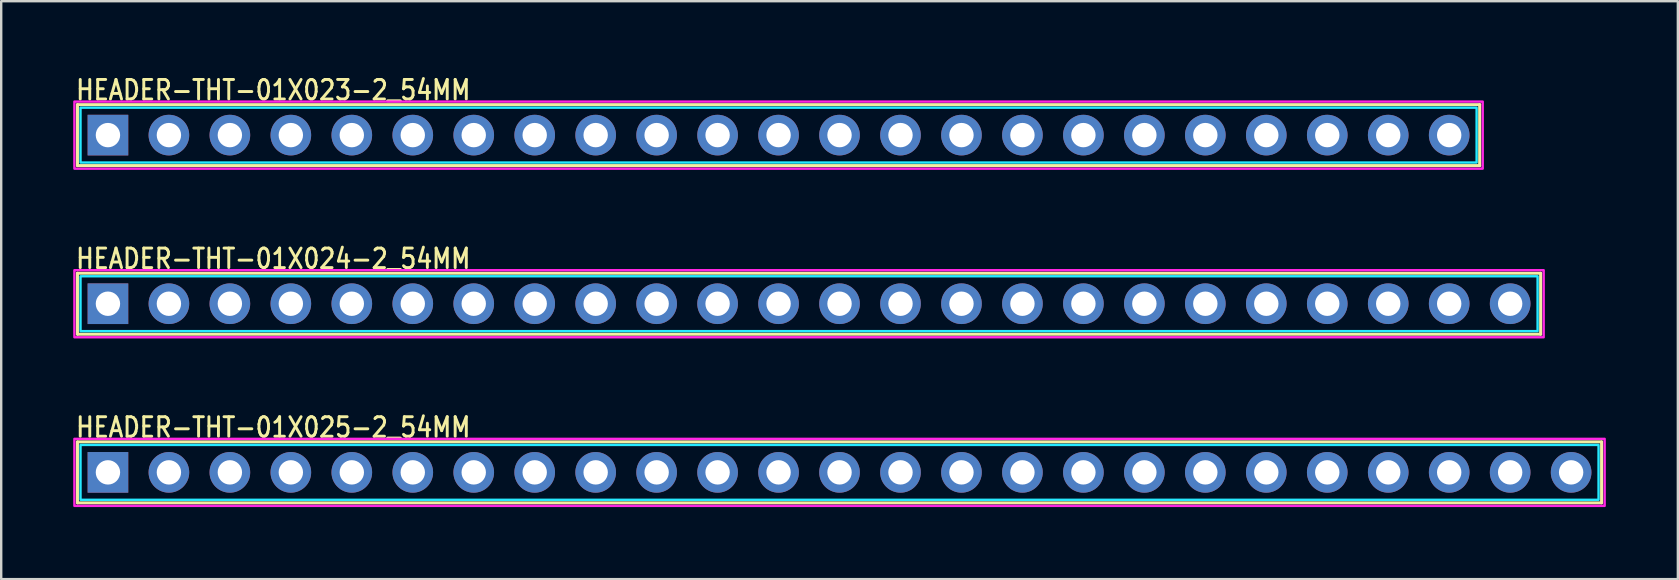
<source format=kicad_pcb>
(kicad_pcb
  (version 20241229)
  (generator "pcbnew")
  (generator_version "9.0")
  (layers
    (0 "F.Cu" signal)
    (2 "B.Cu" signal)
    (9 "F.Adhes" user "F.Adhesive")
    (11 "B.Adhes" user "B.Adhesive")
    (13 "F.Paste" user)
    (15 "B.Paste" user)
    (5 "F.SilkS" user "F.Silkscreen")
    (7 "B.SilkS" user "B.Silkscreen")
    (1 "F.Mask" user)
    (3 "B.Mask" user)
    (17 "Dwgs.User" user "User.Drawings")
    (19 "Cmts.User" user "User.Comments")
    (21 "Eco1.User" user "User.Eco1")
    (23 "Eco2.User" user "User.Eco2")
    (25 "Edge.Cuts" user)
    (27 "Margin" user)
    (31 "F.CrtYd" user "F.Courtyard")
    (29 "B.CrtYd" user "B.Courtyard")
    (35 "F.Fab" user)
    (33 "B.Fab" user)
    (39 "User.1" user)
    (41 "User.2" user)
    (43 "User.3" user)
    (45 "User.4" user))
  (footprint "HEADER-THT-01X025-2_54MM"
    (layer "F.Cu")
    (at 1.447 16.63)
    (property "Reference" "HEADER-THT-01X025-2_54MM" (at -1.4 -1.4 0) (unlocked yes) (layer "F.SilkS") (effects (font (size 0.813 0.695) (thickness 0.122)) (justify left bottom)))
    (fp_line (start -1.27 -1.27) (end -1.27 1.27) (stroke (width 0.127) (type solid)) (layer "F.SilkS"))
    (fp_line (start -1.27 1.27) (end 62.23 1.27) (stroke (width 0.127) (type solid)) (layer "F.SilkS"))
    (fp_line (start 62.23 -1.27) (end -1.27 -1.27) (stroke (width 0.127) (type solid)) (layer "F.SilkS"))
    (fp_line (start 62.23 1.27) (end 62.23 -1.27) (stroke (width 0.127) (type solid)) (layer "F.SilkS"))
    (fp_poly (pts (xy -1.143 -1.143) (xy 62.103 -1.143) (xy 62.103 1.143) (xy -1.143 1.143)) (stroke (width 0.1) (type solid)) (fill no) (layer "B.CrtYd"))
    (fp_poly (pts (xy -1.397 -1.397) (xy 62.357 -1.397) (xy 62.357 1.397) (xy -1.397 1.397)) (stroke (width 0.1) (type solid)) (fill no) (layer "F.CrtYd"))
    (pad "1" thru_hole rect (at 0 0) (size 1.693 1.693) (drill 1.016) (layers "*.Cu" "*.Mask"))
    (pad "2" thru_hole oval (at 2.54 0) (size 1.693 1.693) (drill 1.016) (layers "*.Cu" "*.Mask"))
    (pad "3" thru_hole oval (at 5.08 0) (size 1.693 1.693) (drill 1.016) (layers "*.Cu" "*.Mask"))
    (pad "4" thru_hole oval (at 7.62 0) (size 1.693 1.693) (drill 1.016) (layers "*.Cu" "*.Mask"))
    (pad "5" thru_hole oval (at 10.16 0) (size 1.693 1.693) (drill 1.016) (layers "*.Cu" "*.Mask"))
    (pad "6" thru_hole oval (at 12.7 0) (size 1.693 1.693) (drill 1.016) (layers "*.Cu" "*.Mask"))
    (pad "7" thru_hole oval (at 15.24 0) (size 1.693 1.693) (drill 1.016) (layers "*.Cu" "*.Mask"))
    (pad "8" thru_hole oval (at 17.78 0) (size 1.693 1.693) (drill 1.016) (layers "*.Cu" "*.Mask"))
    (pad "9" thru_hole oval (at 20.32 0) (size 1.693 1.693) (drill 1.016) (layers "*.Cu" "*.Mask"))
    (pad "10" thru_hole oval (at 22.86 0) (size 1.693 1.693) (drill 1.016) (layers "*.Cu" "*.Mask"))
    (pad "11" thru_hole oval (at 25.4 0) (size 1.693 1.693) (drill 1.016) (layers "*.Cu" "*.Mask"))
    (pad "12" thru_hole oval (at 27.94 0) (size 1.693 1.693) (drill 1.016) (layers "*.Cu" "*.Mask"))
    (pad "13" thru_hole oval (at 30.48 0) (size 1.693 1.693) (drill 1.016) (layers "*.Cu" "*.Mask"))
    (pad "14" thru_hole oval (at 33.02 0) (size 1.693 1.693) (drill 1.016) (layers "*.Cu" "*.Mask"))
    (pad "15" thru_hole oval (at 35.56 0) (size 1.693 1.693) (drill 1.016) (layers "*.Cu" "*.Mask"))
    (pad "16" thru_hole oval (at 38.1 0) (size 1.693 1.693) (drill 1.016) (layers "*.Cu" "*.Mask"))
    (pad "17" thru_hole oval (at 40.64 0) (size 1.693 1.693) (drill 1.016) (layers "*.Cu" "*.Mask"))
    (pad "18" thru_hole oval (at 43.18 0) (size 1.693 1.693) (drill 1.016) (layers "*.Cu" "*.Mask"))
    (pad "19" thru_hole oval (at 45.72 0) (size 1.693 1.693) (drill 1.016) (layers "*.Cu" "*.Mask"))
    (pad "20" thru_hole oval (at 48.26 0) (size 1.693 1.693) (drill 1.016) (layers "*.Cu" "*.Mask"))
    (pad "21" thru_hole oval (at 50.8 0) (size 1.693 1.693) (drill 1.016) (layers "*.Cu" "*.Mask"))
    (pad "22" thru_hole oval (at 53.34 0) (size 1.693 1.693) (drill 1.016) (layers "*.Cu" "*.Mask"))
    (pad "23" thru_hole oval (at 55.88 0) (size 1.693 1.693) (drill 1.016) (layers "*.Cu" "*.Mask"))
    (pad "24" thru_hole oval (at 58.42 0) (size 1.693 1.693) (drill 1.016) (layers "*.Cu" "*.Mask"))
    (pad "25" thru_hole oval (at 60.96 0) (size 1.693 1.693) (drill 1.016) (layers "*.Cu" "*.Mask")))
  (footprint "HEADER-THT-01X023-2_54MM"
    (layer "F.Cu")
    (at 1.447 2.579)
    (property "Reference" "HEADER-THT-01X023-2_54MM" (at -1.4 -1.4 0) (unlocked yes) (layer "F.SilkS") (effects (font (size 0.813 0.695) (thickness 0.122)) (justify left bottom)))
    (fp_line (start -1.27 -1.27) (end -1.27 1.27) (stroke (width 0.127) (type solid)) (layer "F.SilkS"))
    (fp_line (start -1.27 1.27) (end 57.15 1.27) (stroke (width 0.127) (type solid)) (layer "F.SilkS"))
    (fp_line (start 57.15 -1.27) (end -1.27 -1.27) (stroke (width 0.127) (type solid)) (layer "F.SilkS"))
    (fp_line (start 57.15 1.27) (end 57.15 -1.27) (stroke (width 0.127) (type solid)) (layer "F.SilkS"))
    (fp_poly (pts (xy -1.143 -1.143) (xy 57.023 -1.143) (xy 57.023 1.143) (xy -1.143 1.143)) (stroke (width 0.1) (type solid)) (fill no) (layer "B.CrtYd"))
    (fp_poly (pts (xy -1.397 -1.397) (xy 57.277 -1.397) (xy 57.277 1.397) (xy -1.397 1.397)) (stroke (width 0.1) (type solid)) (fill no) (layer "F.CrtYd"))
    (pad "1" thru_hole rect (at 0 0) (size 1.693 1.693) (drill 1.016) (layers "*.Cu" "*.Mask"))
    (pad "2" thru_hole oval (at 2.54 0) (size 1.693 1.693) (drill 1.016) (layers "*.Cu" "*.Mask"))
    (pad "3" thru_hole oval (at 5.08 0) (size 1.693 1.693) (drill 1.016) (layers "*.Cu" "*.Mask"))
    (pad "4" thru_hole oval (at 7.62 0) (size 1.693 1.693) (drill 1.016) (layers "*.Cu" "*.Mask"))
    (pad "5" thru_hole oval (at 10.16 0) (size 1.693 1.693) (drill 1.016) (layers "*.Cu" "*.Mask"))
    (pad "6" thru_hole oval (at 12.7 0) (size 1.693 1.693) (drill 1.016) (layers "*.Cu" "*.Mask"))
    (pad "7" thru_hole oval (at 15.24 0) (size 1.693 1.693) (drill 1.016) (layers "*.Cu" "*.Mask"))
    (pad "8" thru_hole oval (at 17.78 0) (size 1.693 1.693) (drill 1.016) (layers "*.Cu" "*.Mask"))
    (pad "9" thru_hole oval (at 20.32 0) (size 1.693 1.693) (drill 1.016) (layers "*.Cu" "*.Mask"))
    (pad "10" thru_hole oval (at 22.86 0) (size 1.693 1.693) (drill 1.016) (layers "*.Cu" "*.Mask"))
    (pad "11" thru_hole oval (at 25.4 0) (size 1.693 1.693) (drill 1.016) (layers "*.Cu" "*.Mask"))
    (pad "12" thru_hole oval (at 27.94 0) (size 1.693 1.693) (drill 1.016) (layers "*.Cu" "*.Mask"))
    (pad "13" thru_hole oval (at 30.48 0) (size 1.693 1.693) (drill 1.016) (layers "*.Cu" "*.Mask"))
    (pad "14" thru_hole oval (at 33.02 0) (size 1.693 1.693) (drill 1.016) (layers "*.Cu" "*.Mask"))
    (pad "15" thru_hole oval (at 35.56 0) (size 1.693 1.693) (drill 1.016) (layers "*.Cu" "*.Mask"))
    (pad "16" thru_hole oval (at 38.1 0) (size 1.693 1.693) (drill 1.016) (layers "*.Cu" "*.Mask"))
    (pad "17" thru_hole oval (at 40.64 0) (size 1.693 1.693) (drill 1.016) (layers "*.Cu" "*.Mask"))
    (pad "18" thru_hole oval (at 43.18 0) (size 1.693 1.693) (drill 1.016) (layers "*.Cu" "*.Mask"))
    (pad "19" thru_hole oval (at 45.72 0) (size 1.693 1.693) (drill 1.016) (layers "*.Cu" "*.Mask"))
    (pad "20" thru_hole oval (at 48.26 0) (size 1.693 1.693) (drill 1.016) (layers "*.Cu" "*.Mask"))
    (pad "21" thru_hole oval (at 50.8 0) (size 1.693 1.693) (drill 1.016) (layers "*.Cu" "*.Mask"))
    (pad "22" thru_hole oval (at 53.34 0) (size 1.693 1.693) (drill 1.016) (layers "*.Cu" "*.Mask"))
    (pad "23" thru_hole oval (at 55.88 0) (size 1.693 1.693) (drill 1.016) (layers "*.Cu" "*.Mask")))
  (footprint "HEADER-THT-01X024-2_54MM"
    (layer "F.Cu")
    (at 1.447 9.604)
    (property "Reference" "HEADER-THT-01X024-2_54MM" (at -1.4 -1.4 0) (unlocked yes) (layer "F.SilkS") (effects (font (size 0.813 0.695) (thickness 0.122)) (justify left bottom)))
    (fp_line (start -1.27 -1.27) (end -1.27 1.27) (stroke (width 0.127) (type solid)) (layer "F.SilkS"))
    (fp_line (start -1.27 1.27) (end 59.69 1.27) (stroke (width 0.127) (type solid)) (layer "F.SilkS"))
    (fp_line (start 59.69 -1.27) (end -1.27 -1.27) (stroke (width 0.127) (type solid)) (layer "F.SilkS"))
    (fp_line (start 59.69 1.27) (end 59.69 -1.27) (stroke (width 0.127) (type solid)) (layer "F.SilkS"))
    (fp_poly (pts (xy -1.143 -1.143) (xy 59.563 -1.143) (xy 59.563 1.143) (xy -1.143 1.143)) (stroke (width 0.1) (type solid)) (fill no) (layer "B.CrtYd"))
    (fp_poly (pts (xy -1.397 -1.397) (xy 59.817 -1.397) (xy 59.817 1.397) (xy -1.397 1.397)) (stroke (width 0.1) (type solid)) (fill no) (layer "F.CrtYd"))
    (pad "1" thru_hole rect (at 0 0) (size 1.693 1.693) (drill 1.016) (layers "*.Cu" "*.Mask"))
    (pad "2" thru_hole oval (at 2.54 0) (size 1.693 1.693) (drill 1.016) (layers "*.Cu" "*.Mask"))
    (pad "3" thru_hole oval (at 5.08 0) (size 1.693 1.693) (drill 1.016) (layers "*.Cu" "*.Mask"))
    (pad "4" thru_hole oval (at 7.62 0) (size 1.693 1.693) (drill 1.016) (layers "*.Cu" "*.Mask"))
    (pad "5" thru_hole oval (at 10.16 0) (size 1.693 1.693) (drill 1.016) (layers "*.Cu" "*.Mask"))
    (pad "6" thru_hole oval (at 12.7 0) (size 1.693 1.693) (drill 1.016) (layers "*.Cu" "*.Mask"))
    (pad "7" thru_hole oval (at 15.24 0) (size 1.693 1.693) (drill 1.016) (layers "*.Cu" "*.Mask"))
    (pad "8" thru_hole oval (at 17.78 0) (size 1.693 1.693) (drill 1.016) (layers "*.Cu" "*.Mask"))
    (pad "9" thru_hole oval (at 20.32 0) (size 1.693 1.693) (drill 1.016) (layers "*.Cu" "*.Mask"))
    (pad "10" thru_hole oval (at 22.86 0) (size 1.693 1.693) (drill 1.016) (layers "*.Cu" "*.Mask"))
    (pad "11" thru_hole oval (at 25.4 0) (size 1.693 1.693) (drill 1.016) (layers "*.Cu" "*.Mask"))
    (pad "12" thru_hole oval (at 27.94 0) (size 1.693 1.693) (drill 1.016) (layers "*.Cu" "*.Mask"))
    (pad "13" thru_hole oval (at 30.48 0) (size 1.693 1.693) (drill 1.016) (layers "*.Cu" "*.Mask"))
    (pad "14" thru_hole oval (at 33.02 0) (size 1.693 1.693) (drill 1.016) (layers "*.Cu" "*.Mask"))
    (pad "15" thru_hole oval (at 35.56 0) (size 1.693 1.693) (drill 1.016) (layers "*.Cu" "*.Mask"))
    (pad "16" thru_hole oval (at 38.1 0) (size 1.693 1.693) (drill 1.016) (layers "*.Cu" "*.Mask"))
    (pad "17" thru_hole oval (at 40.64 0) (size 1.693 1.693) (drill 1.016) (layers "*.Cu" "*.Mask"))
    (pad "18" thru_hole oval (at 43.18 0) (size 1.693 1.693) (drill 1.016) (layers "*.Cu" "*.Mask"))
    (pad "19" thru_hole oval (at 45.72 0) (size 1.693 1.693) (drill 1.016) (layers "*.Cu" "*.Mask"))
    (pad "20" thru_hole oval (at 48.26 0) (size 1.693 1.693) (drill 1.016) (layers "*.Cu" "*.Mask"))
    (pad "21" thru_hole oval (at 50.8 0) (size 1.693 1.693) (drill 1.016) (layers "*.Cu" "*.Mask"))
    (pad "22" thru_hole oval (at 53.34 0) (size 1.693 1.693) (drill 1.016) (layers "*.Cu" "*.Mask"))
    (pad "23" thru_hole oval (at 55.88 0) (size 1.693 1.693) (drill 1.016) (layers "*.Cu" "*.Mask"))
    (pad "24" thru_hole oval (at 58.42 0) (size 1.693 1.693) (drill 1.016) (layers "*.Cu" "*.Mask")))
  (gr_rect
    (start -3 -3)
    (end 66.854 21.077)
    (stroke (width 0.1) (type default))
    (fill no)
    (layer "Edge.Cuts")))
</source>
